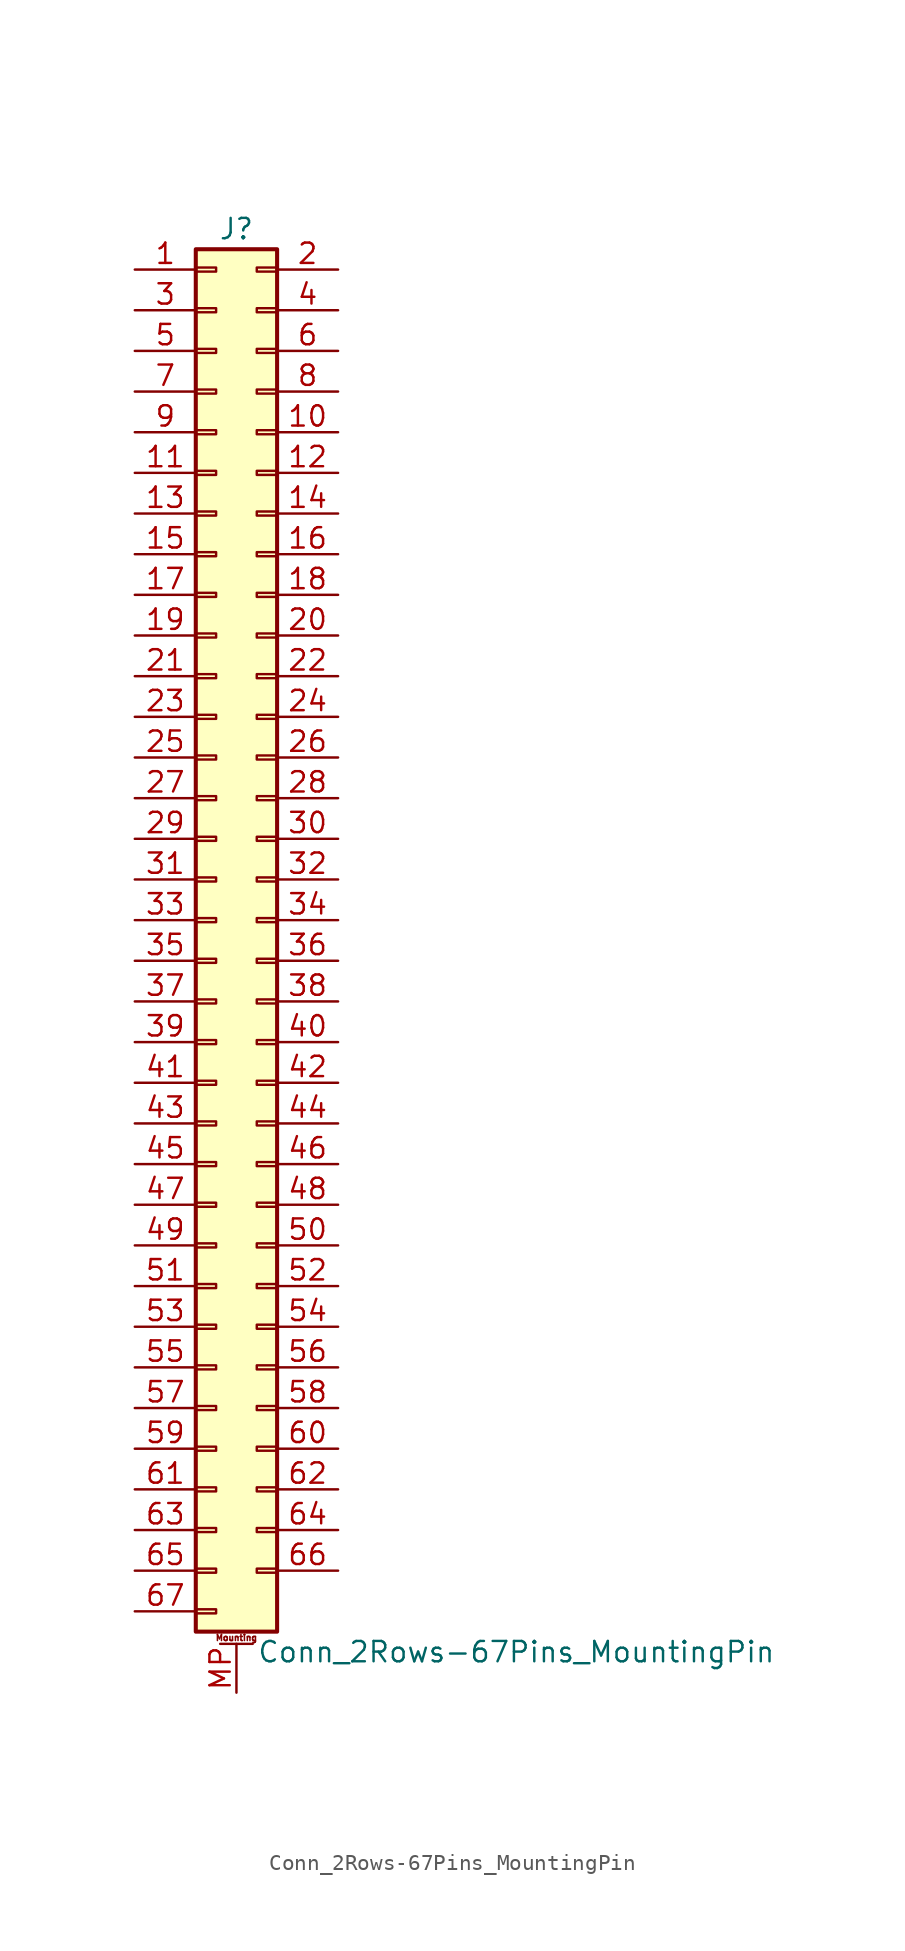
<source format=kicad_sym>
(kicad_symbol_lib
  (version 20201005)
  (generator kicad_symbol_editor)
  (symbol "Conn_2Rows-67Pins_MountingPin"
    (pin_names
      (offset 1.016) hide)
    (property "Reference" "J"
      (at 1.27 43.18 0)
      (effects (font (size 1.27 1.27))))
    (property "Value" "Conn_2Rows-67Pins_MountingPin"
      (at 2.54 -45.72 0)
      (effects (font (size 1.27 1.27)) (justify left)))
    (symbol "Conn_2Rows-67Pins_MountingPin_1_1"
      (text "Mounting" (at 1.27 -44.831 0) (effects (font (size 0.381 0.381))))
      (rectangle (start -1.27 -43.053) (end 0 -43.307) (stroke (width 0.152)) (fill (type none)))
      (rectangle (start -1.27 -40.513) (end 0 -40.767) (stroke (width 0.152)) (fill (type none)))
      (rectangle (start -1.27 -37.973) (end 0 -38.227) (stroke (width 0.152)) (fill (type none)))
      (rectangle (start -1.27 -35.433) (end 0 -35.687) (stroke (width 0.152)) (fill (type none)))
      (rectangle (start -1.27 -32.893) (end 0 -33.147) (stroke (width 0.152)) (fill (type none)))
      (rectangle (start -1.27 -30.353) (end 0 -30.607) (stroke (width 0.152)) (fill (type none)))
      (rectangle (start -1.27 -27.813) (end 0 -28.067) (stroke (width 0.152)) (fill (type none)))
      (rectangle (start -1.27 -25.273) (end 0 -25.527) (stroke (width 0.152)) (fill (type none)))
      (rectangle (start -1.27 -22.733) (end 0 -22.987) (stroke (width 0.152)) (fill (type none)))
      (rectangle (start -1.27 -20.193) (end 0 -20.447) (stroke (width 0.152)) (fill (type none)))
      (rectangle (start -1.27 -17.653) (end 0 -17.907) (stroke (width 0.152)) (fill (type none)))
      (rectangle (start -1.27 -15.113) (end 0 -15.367) (stroke (width 0.152)) (fill (type none)))
      (rectangle (start -1.27 -12.573) (end 0 -12.827) (stroke (width 0.152)) (fill (type none)))
      (rectangle (start -1.27 -10.033) (end 0 -10.287) (stroke (width 0.152)) (fill (type none)))
      (rectangle (start -1.27 -7.493) (end 0 -7.747) (stroke (width 0.152)) (fill (type none)))
      (rectangle (start -1.27 -4.953) (end 0 -5.207) (stroke (width 0.152)) (fill (type none)))
      (rectangle (start -1.27 -2.413) (end 0 -2.667) (stroke (width 0.152)) (fill (type none)))
      (rectangle (start -1.27 0.127) (end 0 -0.127) (stroke (width 0.152)) (fill (type none)))
      (rectangle (start -1.27 2.667) (end 0 2.413) (stroke (width 0.152)) (fill (type none)))
      (rectangle (start -1.27 5.207) (end 0 4.953) (stroke (width 0.152)) (fill (type none)))
      (rectangle (start -1.27 7.747) (end 0 7.493) (stroke (width 0.152)) (fill (type none)))
      (rectangle (start -1.27 10.287) (end 0 10.033) (stroke (width 0.152)) (fill (type none)))
      (rectangle (start -1.27 12.827) (end 0 12.573) (stroke (width 0.152)) (fill (type none)))
      (rectangle (start -1.27 15.367) (end 0 15.113) (stroke (width 0.152)) (fill (type none)))
      (rectangle (start -1.27 17.907) (end 0 17.653) (stroke (width 0.152)) (fill (type none)))
      (rectangle (start -1.27 20.447) (end 0 20.193) (stroke (width 0.152)) (fill (type none)))
      (rectangle (start -1.27 22.987) (end 0 22.733) (stroke (width 0.152)) (fill (type none)))
      (rectangle (start -1.27 25.527) (end 0 25.273) (stroke (width 0.152)) (fill (type none)))
      (rectangle (start -1.27 28.067) (end 0 27.813) (stroke (width 0.152)) (fill (type none)))
      (rectangle (start -1.27 30.607) (end 0 30.353) (stroke (width 0.152)) (fill (type none)))
      (rectangle (start -1.27 33.147) (end 0 32.893) (stroke (width 0.152)) (fill (type none)))
      (rectangle (start -1.27 35.687) (end 0 35.433) (stroke (width 0.152)) (fill (type none)))
      (rectangle (start -1.27 38.227) (end 0 37.973) (stroke (width 0.152)) (fill (type none)))
      (rectangle (start -1.27 40.767) (end 0 40.513) (stroke (width 0.152)) (fill (type none)))
      (rectangle (start 3.81 -40.513) (end 2.54 -40.767) (stroke (width 0.152)) (fill (type none)))
      (rectangle (start 3.81 -37.973) (end 2.54 -38.227) (stroke (width 0.152)) (fill (type none)))
      (rectangle (start 3.81 -35.433) (end 2.54 -35.687) (stroke (width 0.152)) (fill (type none)))
      (rectangle (start 3.81 -32.893) (end 2.54 -33.147) (stroke (width 0.152)) (fill (type none)))
      (rectangle (start 3.81 -30.353) (end 2.54 -30.607) (stroke (width 0.152)) (fill (type none)))
      (rectangle (start 3.81 -27.813) (end 2.54 -28.067) (stroke (width 0.152)) (fill (type none)))
      (rectangle (start 3.81 -25.273) (end 2.54 -25.527) (stroke (width 0.152)) (fill (type none)))
      (rectangle (start 3.81 -22.733) (end 2.54 -22.987) (stroke (width 0.152)) (fill (type none)))
      (rectangle (start 3.81 -20.193) (end 2.54 -20.447) (stroke (width 0.152)) (fill (type none)))
      (rectangle (start 3.81 -17.653) (end 2.54 -17.907) (stroke (width 0.152)) (fill (type none)))
      (rectangle (start 3.81 -15.113) (end 2.54 -15.367) (stroke (width 0.152)) (fill (type none)))
      (rectangle (start 3.81 -12.573) (end 2.54 -12.827) (stroke (width 0.152)) (fill (type none)))
      (rectangle (start 3.81 -10.033) (end 2.54 -10.287) (stroke (width 0.152)) (fill (type none)))
      (rectangle (start 3.81 -7.493) (end 2.54 -7.747) (stroke (width 0.152)) (fill (type none)))
      (rectangle (start 3.81 -4.953) (end 2.54 -5.207) (stroke (width 0.152)) (fill (type none)))
      (rectangle (start 3.81 -2.413) (end 2.54 -2.667) (stroke (width 0.152)) (fill (type none)))
      (rectangle (start 3.81 0.127) (end 2.54 -0.127) (stroke (width 0.152)) (fill (type none)))
      (rectangle (start 3.81 2.667) (end 2.54 2.413) (stroke (width 0.152)) (fill (type none)))
      (rectangle (start 3.81 5.207) (end 2.54 4.953) (stroke (width 0.152)) (fill (type none)))
      (rectangle (start 3.81 7.747) (end 2.54 7.493) (stroke (width 0.152)) (fill (type none)))
      (rectangle (start 3.81 10.287) (end 2.54 10.033) (stroke (width 0.152)) (fill (type none)))
      (rectangle (start 3.81 12.827) (end 2.54 12.573) (stroke (width 0.152)) (fill (type none)))
      (rectangle (start 3.81 15.367) (end 2.54 15.113) (stroke (width 0.152)) (fill (type none)))
      (rectangle (start 3.81 17.907) (end 2.54 17.653) (stroke (width 0.152)) (fill (type none)))
      (rectangle (start 3.81 20.447) (end 2.54 20.193) (stroke (width 0.152)) (fill (type none)))
      (rectangle (start 3.81 22.987) (end 2.54 22.733) (stroke (width 0.152)) (fill (type none)))
      (rectangle (start 3.81 25.527) (end 2.54 25.273) (stroke (width 0.152)) (fill (type none)))
      (rectangle (start 3.81 28.067) (end 2.54 27.813) (stroke (width 0.152)) (fill (type none)))
      (rectangle (start 3.81 30.607) (end 2.54 30.353) (stroke (width 0.152)) (fill (type none)))
      (rectangle (start 3.81 33.147) (end 2.54 32.893) (stroke (width 0.152)) (fill (type none)))
      (rectangle (start 3.81 35.687) (end 2.54 35.433) (stroke (width 0.152)) (fill (type none)))
      (rectangle (start 3.81 38.227) (end 2.54 37.973) (stroke (width 0.152)) (fill (type none)))
      (rectangle (start 3.81 40.767) (end 2.54 40.513) (stroke (width 0.152)) (fill (type none)))
      (rectangle (start -1.27 41.91) (end 3.81 -44.45) (stroke (width 0.254)) (fill (type background)))
      (polyline (pts (xy 0.254 -45.212) (xy 2.286 -45.212)) (stroke (width 0.152)) (fill (type none)))
      (pin passive line (at -5.08 40.64 0) (length 3.81) (name "Pin_1" (effects (font (size 1.27 1.27)))) (number "1" (effects (font (size 1.27 1.27)))))
      (pin passive line (at 7.62 30.48 180) (length 3.81) (name "Pin_10" (effects (font (size 1.27 1.27)))) (number "10" (effects (font (size 1.27 1.27)))))
      (pin passive line (at -5.08 27.94 0) (length 3.81) (name "Pin_11" (effects (font (size 1.27 1.27)))) (number "11" (effects (font (size 1.27 1.27)))))
      (pin passive line (at 7.62 27.94 180) (length 3.81) (name "Pin_12" (effects (font (size 1.27 1.27)))) (number "12" (effects (font (size 1.27 1.27)))))
      (pin passive line (at -5.08 25.4 0) (length 3.81) (name "Pin_13" (effects (font (size 1.27 1.27)))) (number "13" (effects (font (size 1.27 1.27)))))
      (pin passive line (at 7.62 25.4 180) (length 3.81) (name "Pin_14" (effects (font (size 1.27 1.27)))) (number "14" (effects (font (size 1.27 1.27)))))
      (pin passive line (at -5.08 22.86 0) (length 3.81) (name "Pin_15" (effects (font (size 1.27 1.27)))) (number "15" (effects (font (size 1.27 1.27)))))
      (pin passive line (at 7.62 22.86 180) (length 3.81) (name "Pin_16" (effects (font (size 1.27 1.27)))) (number "16" (effects (font (size 1.27 1.27)))))
      (pin passive line (at -5.08 20.32 0) (length 3.81) (name "Pin_17" (effects (font (size 1.27 1.27)))) (number "17" (effects (font (size 1.27 1.27)))))
      (pin passive line (at 7.62 20.32 180) (length 3.81) (name "Pin_18" (effects (font (size 1.27 1.27)))) (number "18" (effects (font (size 1.27 1.27)))))
      (pin passive line (at -5.08 17.78 0) (length 3.81) (name "Pin_19" (effects (font (size 1.27 1.27)))) (number "19" (effects (font (size 1.27 1.27)))))
      (pin passive line (at 7.62 40.64 180) (length 3.81) (name "Pin_2" (effects (font (size 1.27 1.27)))) (number "2" (effects (font (size 1.27 1.27)))))
      (pin passive line (at 7.62 17.78 180) (length 3.81) (name "Pin_20" (effects (font (size 1.27 1.27)))) (number "20" (effects (font (size 1.27 1.27)))))
      (pin passive line (at -5.08 15.24 0) (length 3.81) (name "Pin_21" (effects (font (size 1.27 1.27)))) (number "21" (effects (font (size 1.27 1.27)))))
      (pin passive line (at 7.62 15.24 180) (length 3.81) (name "Pin_22" (effects (font (size 1.27 1.27)))) (number "22" (effects (font (size 1.27 1.27)))))
      (pin passive line (at -5.08 12.7 0) (length 3.81) (name "Pin_23" (effects (font (size 1.27 1.27)))) (number "23" (effects (font (size 1.27 1.27)))))
      (pin passive line (at 7.62 12.7 180) (length 3.81) (name "Pin_24" (effects (font (size 1.27 1.27)))) (number "24" (effects (font (size 1.27 1.27)))))
      (pin passive line (at -5.08 10.16 0) (length 3.81) (name "Pin_25" (effects (font (size 1.27 1.27)))) (number "25" (effects (font (size 1.27 1.27)))))
      (pin passive line (at 7.62 10.16 180) (length 3.81) (name "Pin_26" (effects (font (size 1.27 1.27)))) (number "26" (effects (font (size 1.27 1.27)))))
      (pin passive line (at -5.08 7.62 0) (length 3.81) (name "Pin_27" (effects (font (size 1.27 1.27)))) (number "27" (effects (font (size 1.27 1.27)))))
      (pin passive line (at 7.62 7.62 180) (length 3.81) (name "Pin_28" (effects (font (size 1.27 1.27)))) (number "28" (effects (font (size 1.27 1.27)))))
      (pin passive line (at -5.08 5.08 0) (length 3.81) (name "Pin_29" (effects (font (size 1.27 1.27)))) (number "29" (effects (font (size 1.27 1.27)))))
      (pin passive line (at -5.08 38.1 0) (length 3.81) (name "Pin_3" (effects (font (size 1.27 1.27)))) (number "3" (effects (font (size 1.27 1.27)))))
      (pin passive line (at 7.62 5.08 180) (length 3.81) (name "Pin_30" (effects (font (size 1.27 1.27)))) (number "30" (effects (font (size 1.27 1.27)))))
      (pin passive line (at -5.08 2.54 0) (length 3.81) (name "Pin_31" (effects (font (size 1.27 1.27)))) (number "31" (effects (font (size 1.27 1.27)))))
      (pin passive line (at 7.62 2.54 180) (length 3.81) (name "Pin_32" (effects (font (size 1.27 1.27)))) (number "32" (effects (font (size 1.27 1.27)))))
      (pin passive line (at -5.08 0 0) (length 3.81) (name "Pin_33" (effects (font (size 1.27 1.27)))) (number "33" (effects (font (size 1.27 1.27)))))
      (pin passive line (at 7.62 0 180) (length 3.81) (name "Pin_34" (effects (font (size 1.27 1.27)))) (number "34" (effects (font (size 1.27 1.27)))))
      (pin passive line (at -5.08 -2.54 0) (length 3.81) (name "Pin_35" (effects (font (size 1.27 1.27)))) (number "35" (effects (font (size 1.27 1.27)))))
      (pin passive line (at 7.62 -2.54 180) (length 3.81) (name "Pin_36" (effects (font (size 1.27 1.27)))) (number "36" (effects (font (size 1.27 1.27)))))
      (pin passive line (at -5.08 -5.08 0) (length 3.81) (name "Pin_37" (effects (font (size 1.27 1.27)))) (number "37" (effects (font (size 1.27 1.27)))))
      (pin passive line (at 7.62 -5.08 180) (length 3.81) (name "Pin_38" (effects (font (size 1.27 1.27)))) (number "38" (effects (font (size 1.27 1.27)))))
      (pin passive line (at -5.08 -7.62 0) (length 3.81) (name "Pin_39" (effects (font (size 1.27 1.27)))) (number "39" (effects (font (size 1.27 1.27)))))
      (pin passive line (at 7.62 38.1 180) (length 3.81) (name "Pin_4" (effects (font (size 1.27 1.27)))) (number "4" (effects (font (size 1.27 1.27)))))
      (pin passive line (at 7.62 -7.62 180) (length 3.81) (name "Pin_40" (effects (font (size 1.27 1.27)))) (number "40" (effects (font (size 1.27 1.27)))))
      (pin passive line (at -5.08 -10.16 0) (length 3.81) (name "Pin_41" (effects (font (size 1.27 1.27)))) (number "41" (effects (font (size 1.27 1.27)))))
      (pin passive line (at 7.62 -10.16 180) (length 3.81) (name "Pin_42" (effects (font (size 1.27 1.27)))) (number "42" (effects (font (size 1.27 1.27)))))
      (pin passive line (at -5.08 -12.7 0) (length 3.81) (name "Pin_43" (effects (font (size 1.27 1.27)))) (number "43" (effects (font (size 1.27 1.27)))))
      (pin passive line (at 7.62 -12.7 180) (length 3.81) (name "Pin_44" (effects (font (size 1.27 1.27)))) (number "44" (effects (font (size 1.27 1.27)))))
      (pin passive line (at -5.08 -15.24 0) (length 3.81) (name "Pin_45" (effects (font (size 1.27 1.27)))) (number "45" (effects (font (size 1.27 1.27)))))
      (pin passive line (at 7.62 -15.24 180) (length 3.81) (name "Pin_46" (effects (font (size 1.27 1.27)))) (number "46" (effects (font (size 1.27 1.27)))))
      (pin passive line (at -5.08 -17.78 0) (length 3.81) (name "Pin_47" (effects (font (size 1.27 1.27)))) (number "47" (effects (font (size 1.27 1.27)))))
      (pin passive line (at 7.62 -17.78 180) (length 3.81) (name "Pin_48" (effects (font (size 1.27 1.27)))) (number "48" (effects (font (size 1.27 1.27)))))
      (pin passive line (at -5.08 -20.32 0) (length 3.81) (name "Pin_49" (effects (font (size 1.27 1.27)))) (number "49" (effects (font (size 1.27 1.27)))))
      (pin passive line (at -5.08 35.56 0) (length 3.81) (name "Pin_5" (effects (font (size 1.27 1.27)))) (number "5" (effects (font (size 1.27 1.27)))))
      (pin passive line (at 7.62 -20.32 180) (length 3.81) (name "Pin_50" (effects (font (size 1.27 1.27)))) (number "50" (effects (font (size 1.27 1.27)))))
      (pin passive line (at -5.08 -22.86 0) (length 3.81) (name "Pin_51" (effects (font (size 1.27 1.27)))) (number "51" (effects (font (size 1.27 1.27)))))
      (pin passive line (at 7.62 -22.86 180) (length 3.81) (name "Pin_52" (effects (font (size 1.27 1.27)))) (number "52" (effects (font (size 1.27 1.27)))))
      (pin passive line (at -5.08 -25.4 0) (length 3.81) (name "Pin_53" (effects (font (size 1.27 1.27)))) (number "53" (effects (font (size 1.27 1.27)))))
      (pin passive line (at 7.62 -25.4 180) (length 3.81) (name "Pin_54" (effects (font (size 1.27 1.27)))) (number "54" (effects (font (size 1.27 1.27)))))
      (pin passive line (at -5.08 -27.94 0) (length 3.81) (name "Pin_55" (effects (font (size 1.27 1.27)))) (number "55" (effects (font (size 1.27 1.27)))))
      (pin passive line (at 7.62 -27.94 180) (length 3.81) (name "Pin_56" (effects (font (size 1.27 1.27)))) (number "56" (effects (font (size 1.27 1.27)))))
      (pin passive line (at -5.08 -30.48 0) (length 3.81) (name "Pin_57" (effects (font (size 1.27 1.27)))) (number "57" (effects (font (size 1.27 1.27)))))
      (pin passive line (at 7.62 -30.48 180) (length 3.81) (name "Pin_58" (effects (font (size 1.27 1.27)))) (number "58" (effects (font (size 1.27 1.27)))))
      (pin passive line (at -5.08 -33.02 0) (length 3.81) (name "Pin_59" (effects (font (size 1.27 1.27)))) (number "59" (effects (font (size 1.27 1.27)))))
      (pin passive line (at 7.62 35.56 180) (length 3.81) (name "Pin_6" (effects (font (size 1.27 1.27)))) (number "6" (effects (font (size 1.27 1.27)))))
      (pin passive line (at 7.62 -33.02 180) (length 3.81) (name "Pin_60" (effects (font (size 1.27 1.27)))) (number "60" (effects (font (size 1.27 1.27)))))
      (pin passive line (at -5.08 -35.56 0) (length 3.81) (name "Pin_61" (effects (font (size 1.27 1.27)))) (number "61" (effects (font (size 1.27 1.27)))))
      (pin passive line (at 7.62 -35.56 180) (length 3.81) (name "Pin_62" (effects (font (size 1.27 1.27)))) (number "62" (effects (font (size 1.27 1.27)))))
      (pin passive line (at -5.08 -38.1 0) (length 3.81) (name "Pin_63" (effects (font (size 1.27 1.27)))) (number "63" (effects (font (size 1.27 1.27)))))
      (pin passive line (at 7.62 -38.1 180) (length 3.81) (name "Pin_64" (effects (font (size 1.27 1.27)))) (number "64" (effects (font (size 1.27 1.27)))))
      (pin passive line (at -5.08 -40.64 0) (length 3.81) (name "Pin_65" (effects (font (size 1.27 1.27)))) (number "65" (effects (font (size 1.27 1.27)))))
      (pin passive line (at 7.62 -40.64 180) (length 3.81) (name "Pin_66" (effects (font (size 1.27 1.27)))) (number "66" (effects (font (size 1.27 1.27)))))
      (pin passive line (at -5.08 -43.18 0) (length 3.81) (name "Pin_67" (effects (font (size 1.27 1.27)))) (number "67" (effects (font (size 1.27 1.27)))))
      (pin passive line (at -5.08 33.02 0) (length 3.81) (name "Pin_7" (effects (font (size 1.27 1.27)))) (number "7" (effects (font (size 1.27 1.27)))))
      (pin passive line (at 7.62 33.02 180) (length 3.81) (name "Pin_8" (effects (font (size 1.27 1.27)))) (number "8" (effects (font (size 1.27 1.27)))))
      (pin passive line (at -5.08 30.48 0) (length 3.81) (name "Pin_9" (effects (font (size 1.27 1.27)))) (number "9" (effects (font (size 1.27 1.27)))))
      (pin passive line (at 1.27 -48.26 90) (length 3.048) (name "MountPin" (effects (font (size 1.27 1.27)))) (number "MP" (effects (font (size 1.27 1.27))))))))
</source>
